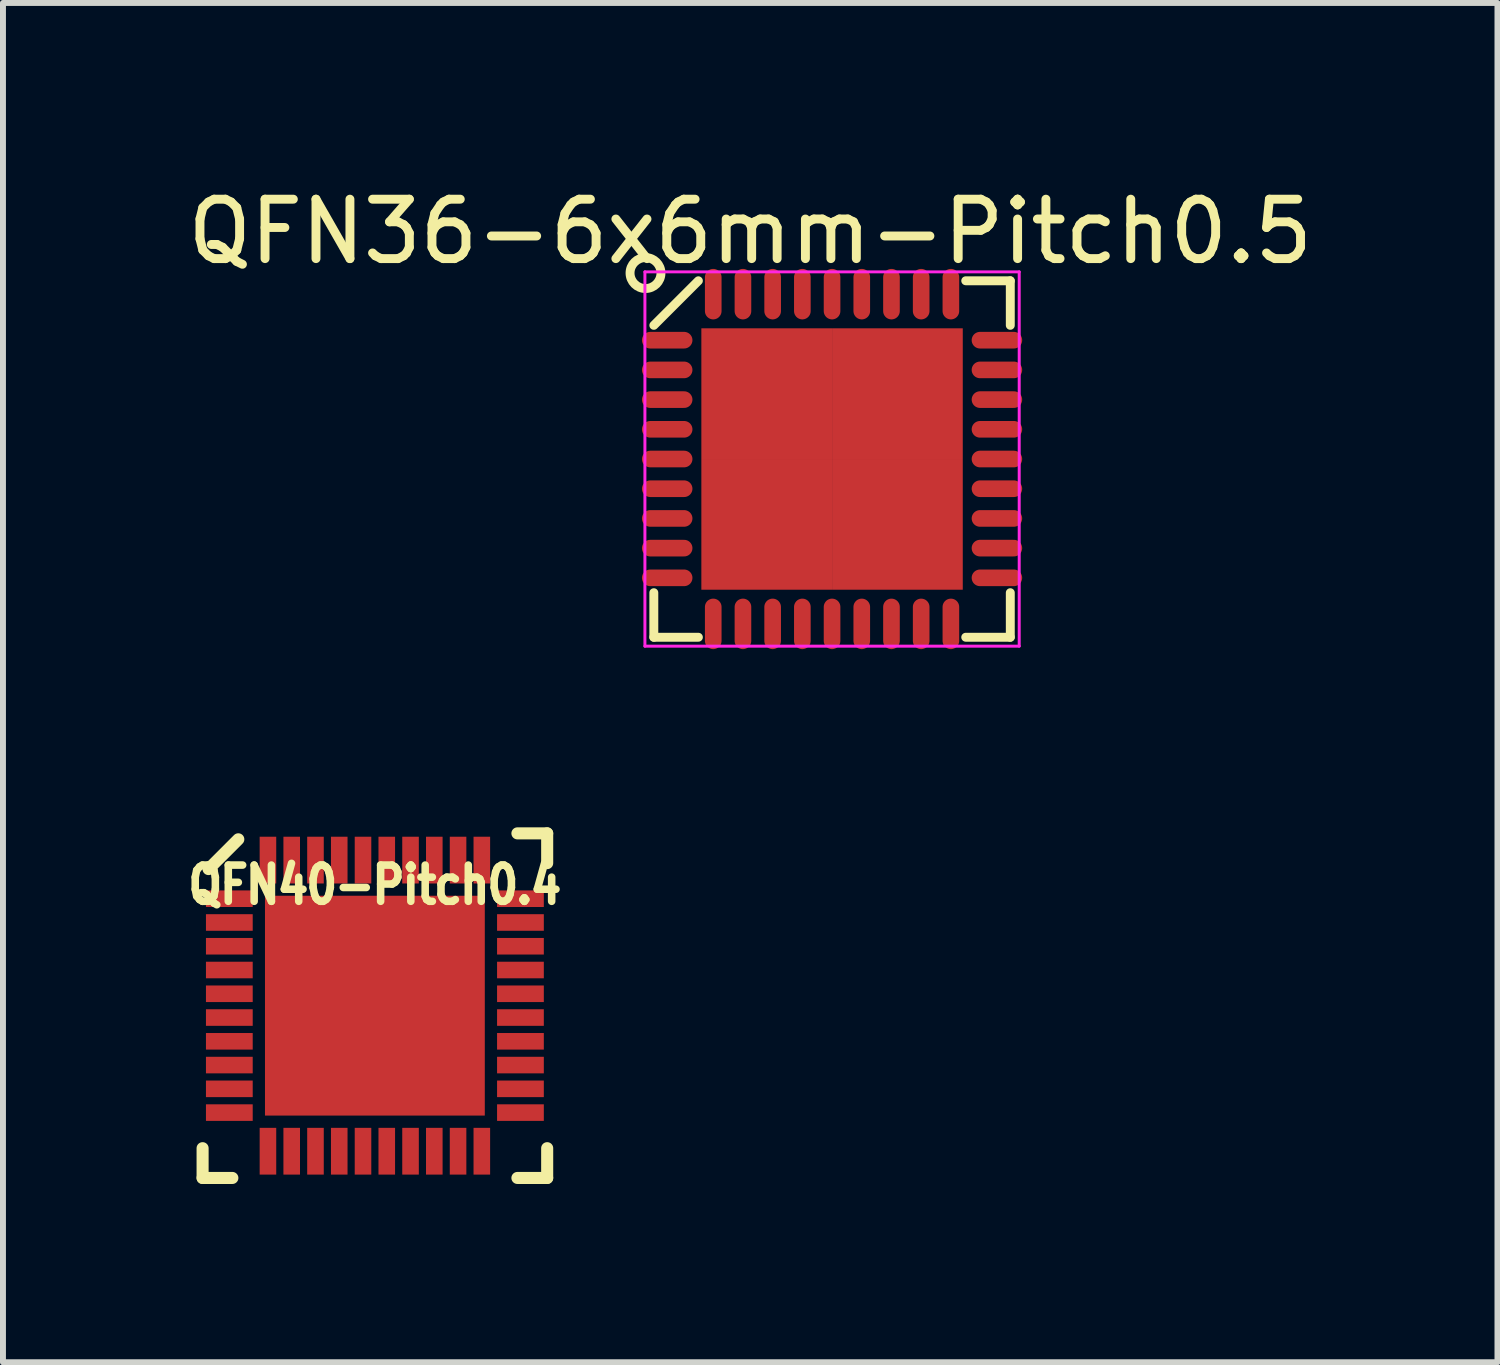
<source format=kicad_pcb>
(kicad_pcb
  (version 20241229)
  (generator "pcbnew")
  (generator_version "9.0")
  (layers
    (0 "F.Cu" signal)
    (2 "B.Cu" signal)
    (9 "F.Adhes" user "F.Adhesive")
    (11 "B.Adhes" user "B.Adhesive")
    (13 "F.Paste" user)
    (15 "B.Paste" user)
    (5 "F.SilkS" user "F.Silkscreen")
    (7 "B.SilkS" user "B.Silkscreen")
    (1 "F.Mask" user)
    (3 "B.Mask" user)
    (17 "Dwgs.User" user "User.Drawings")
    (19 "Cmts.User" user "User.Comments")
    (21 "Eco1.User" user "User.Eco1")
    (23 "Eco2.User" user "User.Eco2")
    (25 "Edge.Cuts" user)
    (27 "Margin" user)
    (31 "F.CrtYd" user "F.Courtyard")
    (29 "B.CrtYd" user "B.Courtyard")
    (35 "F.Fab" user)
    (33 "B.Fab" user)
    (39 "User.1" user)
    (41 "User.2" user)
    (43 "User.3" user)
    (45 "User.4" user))
  (footprint "QFN36-6x6mm-Pitch0.5"
    (layer "F.Cu")
    (at 10.955 4.676)
    (property "Reference" "QFN36-6x6mm-Pitch0.5" (at -1.377 -3.828 0) (layer "F.SilkS") (effects (font (size 1 1) (thickness 0.15))))
    (attr smd)
    (fp_line (start -3 -2.25) (end -2.25 -3) (stroke (width 0.15) (type solid)) (layer "F.SilkS"))
    (fp_line (start -3 3) (end -3 2.25) (stroke (width 0.15) (type solid)) (layer "F.SilkS"))
    (fp_line (start -3 3) (end -2.25 3) (stroke (width 0.15) (type solid)) (layer "F.SilkS"))
    (fp_line (start 3 -3) (end 2.25 -3) (stroke (width 0.15) (type solid)) (layer "F.SilkS"))
    (fp_line (start 3 -3) (end 3 -2.25) (stroke (width 0.15) (type solid)) (layer "F.SilkS"))
    (fp_line (start 3 3) (end 2.25 3) (stroke (width 0.15) (type solid)) (layer "F.SilkS"))
    (fp_line (start 3 3) (end 3 2.25) (stroke (width 0.15) (type solid)) (layer "F.SilkS"))
    (fp_circle (center -3.14 -3.13) (end -3.4 -3.14) (stroke (width 0.15) (type solid)) (fill no) (layer "F.SilkS"))
    (fp_line (start -3.15 -3.15) (end -3.15 3.15) (stroke (width 0.05) (type solid)) (layer "F.CrtYd"))
    (fp_line (start -3.15 -3.15) (end 3.15 -3.15) (stroke (width 0.05) (type solid)) (layer "F.CrtYd"))
    (fp_line (start -3.15 3.15) (end 3.15 3.15) (stroke (width 0.05) (type solid)) (layer "F.CrtYd"))
    (fp_line (start 3.15 -3.15) (end 3.15 3.15) (stroke (width 0.05) (type solid)) (layer "F.CrtYd"))
    (pad "1" smd oval (at -2.775 -2) (size 0.85 0.28) (layers "F.Cu" "F.Mask" "F.Paste"))
    (pad "2" smd oval (at -2.775 -1.5) (size 0.85 0.28) (layers "F.Cu" "F.Mask" "F.Paste"))
    (pad "3" smd oval (at -2.775 -1) (size 0.85 0.28) (layers "F.Cu" "F.Mask" "F.Paste"))
    (pad "4" smd oval (at -2.775 -0.5) (size 0.85 0.28) (layers "F.Cu" "F.Mask" "F.Paste"))
    (pad "5" smd oval (at -2.775 0) (size 0.85 0.28) (layers "F.Cu" "F.Mask" "F.Paste"))
    (pad "6" smd oval (at -2.775 0.5) (size 0.85 0.28) (layers "F.Cu" "F.Mask" "F.Paste"))
    (pad "7" smd oval (at -2.775 1) (size 0.85 0.28) (layers "F.Cu" "F.Mask" "F.Paste"))
    (pad "8" smd oval (at -2.775 1.5) (size 0.85 0.28) (layers "F.Cu" "F.Mask" "F.Paste"))
    (pad "9" smd oval (at -2.775 2) (size 0.85 0.28) (layers "F.Cu" "F.Mask" "F.Paste"))
    (pad "10" smd oval (at -2 2.775 90) (size 0.85 0.28) (layers "F.Cu" "F.Mask" "F.Paste"))
    (pad "11" smd oval (at -1.5 2.775 90) (size 0.85 0.28) (layers "F.Cu" "F.Mask" "F.Paste"))
    (pad "12" smd oval (at -1 2.775 90) (size 0.85 0.28) (layers "F.Cu" "F.Mask" "F.Paste"))
    (pad "13" smd oval (at -0.5 2.775 90) (size 0.85 0.28) (layers "F.Cu" "F.Mask" "F.Paste"))
    (pad "14" smd oval (at 0 2.775 90) (size 0.85 0.28) (layers "F.Cu" "F.Mask" "F.Paste"))
    (pad "15" smd oval (at 0.5 2.775 90) (size 0.85 0.28) (layers "F.Cu" "F.Mask" "F.Paste"))
    (pad "16" smd oval (at 1 2.775 90) (size 0.85 0.28) (layers "F.Cu" "F.Mask" "F.Paste"))
    (pad "17" smd oval (at 1.5 2.775 90) (size 0.85 0.28) (layers "F.Cu" "F.Mask" "F.Paste"))
    (pad "18" smd oval (at 2 2.775 90) (size 0.85 0.28) (layers "F.Cu" "F.Mask" "F.Paste"))
    (pad "19" smd oval (at 2.775 2) (size 0.85 0.28) (layers "F.Cu" "F.Mask" "F.Paste"))
    (pad "20" smd oval (at 2.775 1.5) (size 0.85 0.28) (layers "F.Cu" "F.Mask" "F.Paste"))
    (pad "21" smd oval (at 2.775 1) (size 0.85 0.28) (layers "F.Cu" "F.Mask" "F.Paste"))
    (pad "22" smd oval (at 2.775 0.5) (size 0.85 0.28) (layers "F.Cu" "F.Mask" "F.Paste"))
    (pad "23" smd oval (at 2.775 0) (size 0.85 0.28) (layers "F.Cu" "F.Mask" "F.Paste"))
    (pad "24" smd oval (at 2.775 -0.5) (size 0.85 0.28) (layers "F.Cu" "F.Mask" "F.Paste"))
    (pad "25" smd oval (at 2.775 -1) (size 0.85 0.28) (layers "F.Cu" "F.Mask" "F.Paste"))
    (pad "26" smd oval (at 2.775 -1.5) (size 0.85 0.28) (layers "F.Cu" "F.Mask" "F.Paste"))
    (pad "27" smd oval (at 2.775 -2) (size 0.85 0.28) (layers "F.Cu" "F.Mask" "F.Paste"))
    (pad "28" smd oval (at 2 -2.775 90) (size 0.85 0.28) (layers "F.Cu" "F.Mask" "F.Paste"))
    (pad "29" smd oval (at 1.5 -2.775 90) (size 0.85 0.28) (layers "F.Cu" "F.Mask" "F.Paste"))
    (pad "30" smd oval (at 1 -2.775 90) (size 0.85 0.28) (layers "F.Cu" "F.Mask" "F.Paste"))
    (pad "31" smd oval (at 0.5 -2.775 90) (size 0.85 0.28) (layers "F.Cu" "F.Mask" "F.Paste"))
    (pad "32" smd oval (at 0 -2.775 90) (size 0.85 0.28) (layers "F.Cu" "F.Mask" "F.Paste"))
    (pad "33" smd oval (at -0.5 -2.775 90) (size 0.85 0.28) (layers "F.Cu" "F.Mask" "F.Paste"))
    (pad "34" smd oval (at -1 -2.775 90) (size 0.85 0.28) (layers "F.Cu" "F.Mask" "F.Paste"))
    (pad "35" smd oval (at -1.5 -2.775 90) (size 0.85 0.28) (layers "F.Cu" "F.Mask" "F.Paste"))
    (pad "36" smd oval (at -2 -2.775 90) (size 0.85 0.28) (layers "F.Cu" "F.Mask" "F.Paste"))
    (pad "37" smd rect (at -1.1 -1.1) (size 2.2 2.2) (layers "F.Cu" "F.Mask" "F.Paste"))
    (pad "37" smd rect (at -1.1 1.1) (size 2.2 2.2) (layers "F.Cu" "F.Mask" "F.Paste"))
    (pad "37" smd rect (at 1.1 -1.1) (size 2.2 2.2) (layers "F.Cu" "F.Mask" "F.Paste"))
    (pad "37" smd rect (at 1.1 1.1) (size 2.2 2.2) (layers "F.Cu" "F.Mask" "F.Paste")))
  (footprint "QFN40-Pitch0.4"
    (layer "F.Cu")
    (at 3.26 13.877)
    (property "Reference" "QFN40-Pitch0.4" (at 0 -2.032 0) (layer "F.SilkS") (effects (font (size 0.61 0.508) (thickness 0.178))))
    (attr smd)
    (fp_line (start -2.9 2.9) (end -2.9 2.399) (stroke (width 0.203) (type solid)) (layer "F.SilkS"))
    (fp_line (start -2.8 -2.299) (end -2.299 -2.8) (stroke (width 0.203) (type solid)) (layer "F.SilkS"))
    (fp_line (start -2.399 2.9) (end -2.9 2.9) (stroke (width 0.203) (type solid)) (layer "F.SilkS"))
    (fp_line (start 2.399 2.9) (end 2.9 2.9) (stroke (width 0.203) (type solid)) (layer "F.SilkS"))
    (fp_line (start 2.9 -2.9) (end 2.399 -2.9) (stroke (width 0.203) (type solid)) (layer "F.SilkS"))
    (fp_line (start 2.9 -2.399) (end 2.9 -2.9) (stroke (width 0.203) (type solid)) (layer "F.SilkS"))
    (fp_line (start 2.9 2.9) (end 2.9 2.399) (stroke (width 0.203) (type solid)) (layer "F.SilkS"))
    (pad "1" smd rect (at -2.45 -1.8 90) (size 0.279 0.787) (layers "F.Cu" "F.Mask" "F.Paste"))
    (pad "2" smd rect (at -2.45 -1.4 90) (size 0.279 0.787) (layers "F.Cu" "F.Mask" "F.Paste"))
    (pad "3" smd rect (at -2.45 -1 90) (size 0.279 0.787) (layers "F.Cu" "F.Mask" "F.Paste"))
    (pad "4" smd rect (at -2.45 -0.6 90) (size 0.279 0.787) (layers "F.Cu" "F.Mask" "F.Paste"))
    (pad "5" smd rect (at -2.45 -0.2 90) (size 0.279 0.787) (layers "F.Cu" "F.Mask" "F.Paste"))
    (pad "6" smd rect (at -2.45 0.2 90) (size 0.279 0.787) (layers "F.Cu" "F.Mask" "F.Paste"))
    (pad "7" smd rect (at -2.45 0.6 90) (size 0.279 0.787) (layers "F.Cu" "F.Mask" "F.Paste"))
    (pad "8" smd rect (at -2.45 1 90) (size 0.279 0.787) (layers "F.Cu" "F.Mask" "F.Paste"))
    (pad "9" smd rect (at -2.45 1.4 90) (size 0.279 0.787) (layers "F.Cu" "F.Mask" "F.Paste"))
    (pad "10" smd rect (at -2.45 1.8 90) (size 0.279 0.787) (layers "F.Cu" "F.Mask" "F.Paste"))
    (pad "11" smd rect (at -1.8 2.45) (size 0.279 0.787) (layers "F.Cu" "F.Mask" "F.Paste"))
    (pad "12" smd rect (at -1.4 2.45) (size 0.279 0.787) (layers "F.Cu" "F.Mask" "F.Paste"))
    (pad "13" smd rect (at -1 2.45) (size 0.279 0.787) (layers "F.Cu" "F.Mask" "F.Paste"))
    (pad "14" smd rect (at -0.6 2.45) (size 0.279 0.787) (layers "F.Cu" "F.Mask" "F.Paste"))
    (pad "15" smd rect (at -0.2 2.45) (size 0.279 0.787) (layers "F.Cu" "F.Mask" "F.Paste"))
    (pad "16" smd rect (at 0.2 2.45) (size 0.279 0.787) (layers "F.Cu" "F.Mask" "F.Paste"))
    (pad "17" smd rect (at 0.6 2.45) (size 0.279 0.787) (layers "F.Cu" "F.Mask" "F.Paste"))
    (pad "18" smd rect (at 1 2.45) (size 0.279 0.787) (layers "F.Cu" "F.Mask" "F.Paste"))
    (pad "19" smd rect (at 1.4 2.45) (size 0.279 0.787) (layers "F.Cu" "F.Mask" "F.Paste"))
    (pad "20" smd rect (at 1.8 2.45) (size 0.279 0.787) (layers "F.Cu" "F.Mask" "F.Paste"))
    (pad "21" smd rect (at 2.45 1.8 270) (size 0.279 0.787) (layers "F.Cu" "F.Mask" "F.Paste"))
    (pad "22" smd rect (at 2.45 1.4 270) (size 0.279 0.787) (layers "F.Cu" "F.Mask" "F.Paste"))
    (pad "23" smd rect (at 2.45 1 270) (size 0.279 0.787) (layers "F.Cu" "F.Mask" "F.Paste"))
    (pad "24" smd rect (at 2.45 0.6 270) (size 0.279 0.787) (layers "F.Cu" "F.Mask" "F.Paste"))
    (pad "25" smd rect (at 2.45 0.2 270) (size 0.279 0.787) (layers "F.Cu" "F.Mask" "F.Paste"))
    (pad "26" smd rect (at 2.45 -0.2 270) (size 0.279 0.787) (layers "F.Cu" "F.Mask" "F.Paste"))
    (pad "27" smd rect (at 2.45 -0.6 270) (size 0.279 0.787) (layers "F.Cu" "F.Mask" "F.Paste"))
    (pad "28" smd rect (at 2.45 -1 270) (size 0.279 0.787) (layers "F.Cu" "F.Mask" "F.Paste"))
    (pad "29" smd rect (at 2.45 -1.4 270) (size 0.279 0.787) (layers "F.Cu" "F.Mask" "F.Paste"))
    (pad "30" smd rect (at 2.45 -1.8 270) (size 0.279 0.787) (layers "F.Cu" "F.Mask" "F.Paste"))
    (pad "31" smd rect (at 1.8 -2.45) (size 0.279 0.787) (layers "F.Cu" "F.Mask" "F.Paste"))
    (pad "32" smd rect (at 1.4 -2.45) (size 0.279 0.787) (layers "F.Cu" "F.Mask" "F.Paste"))
    (pad "33" smd rect (at 1 -2.45) (size 0.279 0.787) (layers "F.Cu" "F.Mask" "F.Paste"))
    (pad "34" smd rect (at 0.6 -2.45) (size 0.279 0.787) (layers "F.Cu" "F.Mask" "F.Paste"))
    (pad "35" smd rect (at 0.2 -2.45) (size 0.279 0.787) (layers "F.Cu" "F.Mask" "F.Paste"))
    (pad "36" smd rect (at -0.2 -2.45) (size 0.279 0.787) (layers "F.Cu" "F.Mask" "F.Paste"))
    (pad "37" smd rect (at -0.6 -2.45) (size 0.279 0.787) (layers "F.Cu" "F.Mask" "F.Paste"))
    (pad "38" smd rect (at -1 -2.45) (size 0.279 0.787) (layers "F.Cu" "F.Mask" "F.Paste"))
    (pad "39" smd rect (at -1.4 -2.45) (size 0.279 0.787) (layers "F.Cu" "F.Mask" "F.Paste"))
    (pad "40" smd rect (at -1.8 -2.45) (size 0.279 0.787) (layers "F.Cu" "F.Mask" "F.Paste"))
    (pad "41" smd rect (at 0 0) (size 3.7 3.7) (layers "F.Cu" "F.Mask" "F.Paste")))
  (gr_rect
    (start -3 -3)
    (end 22.155 19.879)
    (stroke (width 0.1) (type default))
    (fill no)
    (layer "Edge.Cuts")))
</source>
